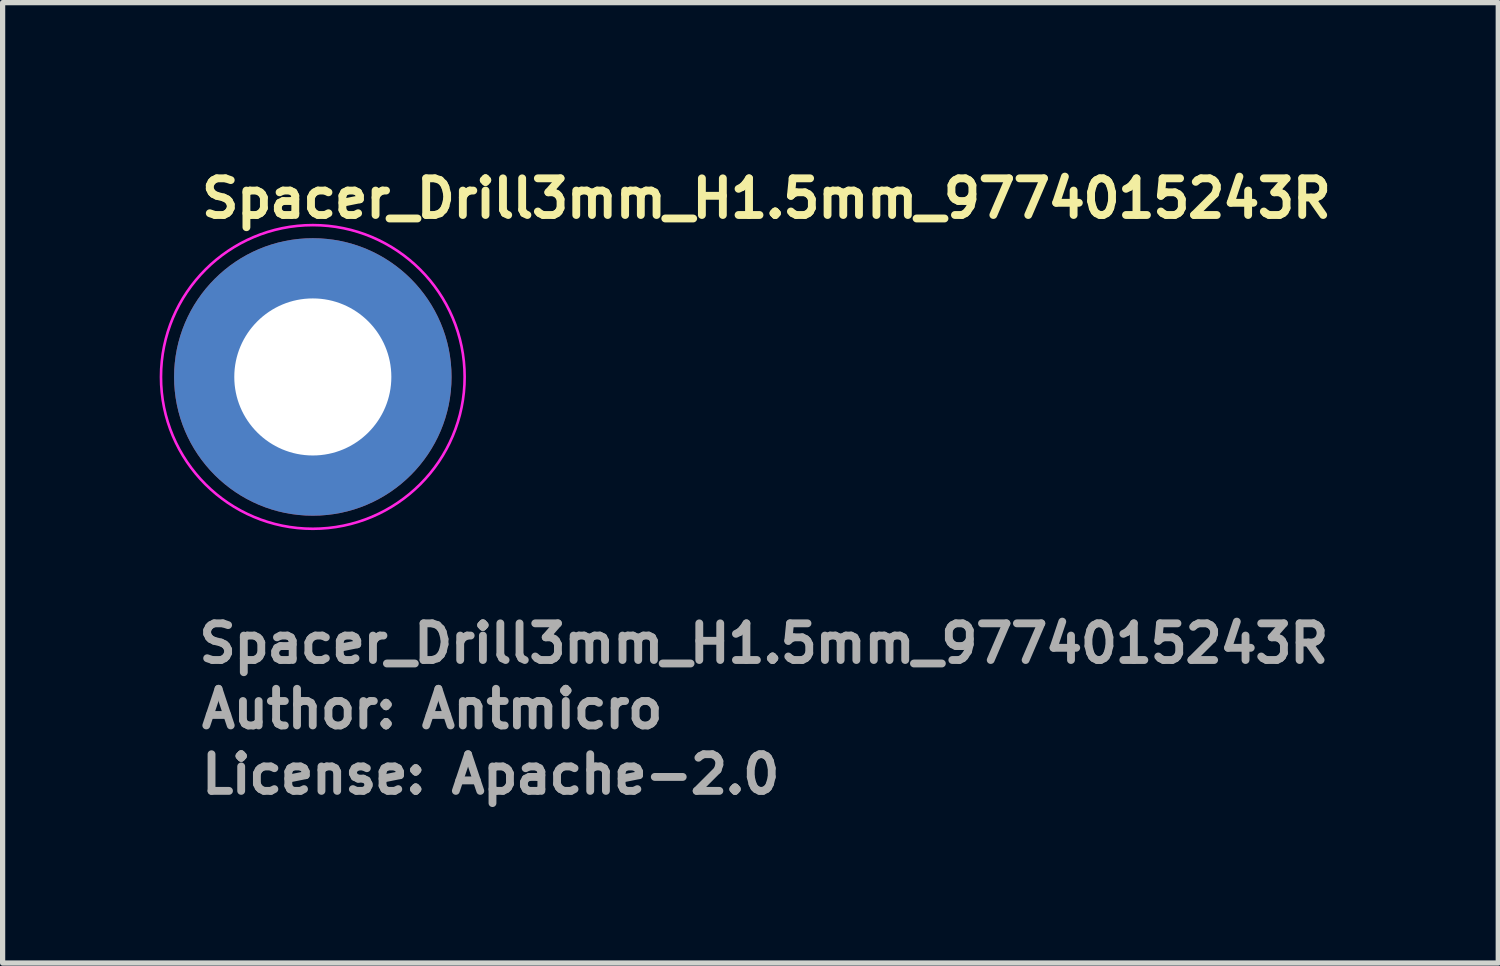
<source format=kicad_pcb>
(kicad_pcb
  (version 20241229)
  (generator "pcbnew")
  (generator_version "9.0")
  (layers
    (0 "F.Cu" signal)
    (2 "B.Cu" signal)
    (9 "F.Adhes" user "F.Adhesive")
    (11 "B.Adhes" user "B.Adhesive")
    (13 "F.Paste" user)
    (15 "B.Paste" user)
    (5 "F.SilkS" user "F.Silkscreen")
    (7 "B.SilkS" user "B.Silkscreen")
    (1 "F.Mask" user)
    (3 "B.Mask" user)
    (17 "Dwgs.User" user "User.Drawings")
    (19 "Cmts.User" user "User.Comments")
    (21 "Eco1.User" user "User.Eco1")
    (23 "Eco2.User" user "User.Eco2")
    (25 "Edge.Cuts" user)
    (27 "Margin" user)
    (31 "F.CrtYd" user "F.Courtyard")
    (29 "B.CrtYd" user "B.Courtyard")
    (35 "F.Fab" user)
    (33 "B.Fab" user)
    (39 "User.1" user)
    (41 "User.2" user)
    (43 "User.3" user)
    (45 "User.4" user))
  (footprint "Spacer_Drill3mm_H1.5mm_9774015243R"
    (layer "F.Cu")
    (at 2.925 4.15)
    (property "Reference" "Spacer_Drill3mm_H1.5mm_9774015243R" (at -2.2 -3 0) (layer "F.SilkS") (effects (font (size 0.7 0.7) (thickness 0.15)) (justify left bottom)))
    (attr smd)
    (fp_circle (center 0 0) (end 2.9 0) (stroke (width 0.05) (type default)) (fill no) (layer "F.CrtYd"))
    (fp_circle (center 0 0) (end 2.25 0) (stroke (width 0.12) (type solid)) (fill no) (layer "User.5"))
    (fp_circle (center 0 0) (end 0.8 0) (stroke (width 0.02) (type default)) (fill no) (layer "User.9"))
    (fp_circle (center 0 0) (end 2.2 0) (stroke (width 0.02) (type default)) (fill no) (layer "User.9"))
    (fp_text user "License: Apache-2.0" (at -2.2 8 0) (layer "F.Fab") (effects (font (size 0.7 0.7) (thickness 0.15)) (justify left bottom)))
    (fp_text user "${REFERENCE}" (at -2.25 5.5 0) (layer "F.Fab") (effects (font (size 0.7 0.7) (thickness 0.15)) (justify left bottom)))
    (fp_text user "Author: Antmicro" (at -2.2 6.75 0) (layer "F.Fab") (effects (font (size 0.7 0.7) (thickness 0.15)) (justify left bottom)))
    (pad "" smd custom (at -1.9 -0.8 180) (size 0.001 0.001) (layers "F.Paste") (options (anchor circle)) (primitives (gr_arc (start 0 0) (mid -0.450776 0.666202) (end -1.122183 1.109188) (width 1))))
    (pad "" smd custom (at -0.8 1.9 270) (size 0.001 0.001) (layers "F.Paste") (options (anchor circle)) (primitives (gr_arc (start 0 0) (mid -0.450776 0.666202) (end -1.122183 1.109188) (width 1))))
    (pad "" smd custom (at 0.8 -1.9 90) (size 0.001 0.001) (layers "F.Paste") (options (anchor circle)) (primitives (gr_arc (start 0 0) (mid -0.450776 0.666202) (end -1.122183 1.109188) (width 1))))
    (pad "" smd custom (at 1.9 0.8) (size 0.001 0.001) (layers "F.Paste") (options (anchor circle)) (primitives (gr_arc (start 0 0) (mid -0.450776 0.666202) (end -1.122183 1.109188) (width 1))))
    (pad "1" thru_hole circle (at 0 0) (size 5.3 5.3) (drill 3) (layers "*.Cu" "*.Mask")))
  (gr_rect
    (start -3 -3)
    (end 25.568 15.345)
    (stroke (width 0.1) (type default))
    (fill no)
    (layer "Edge.Cuts")))
</source>
